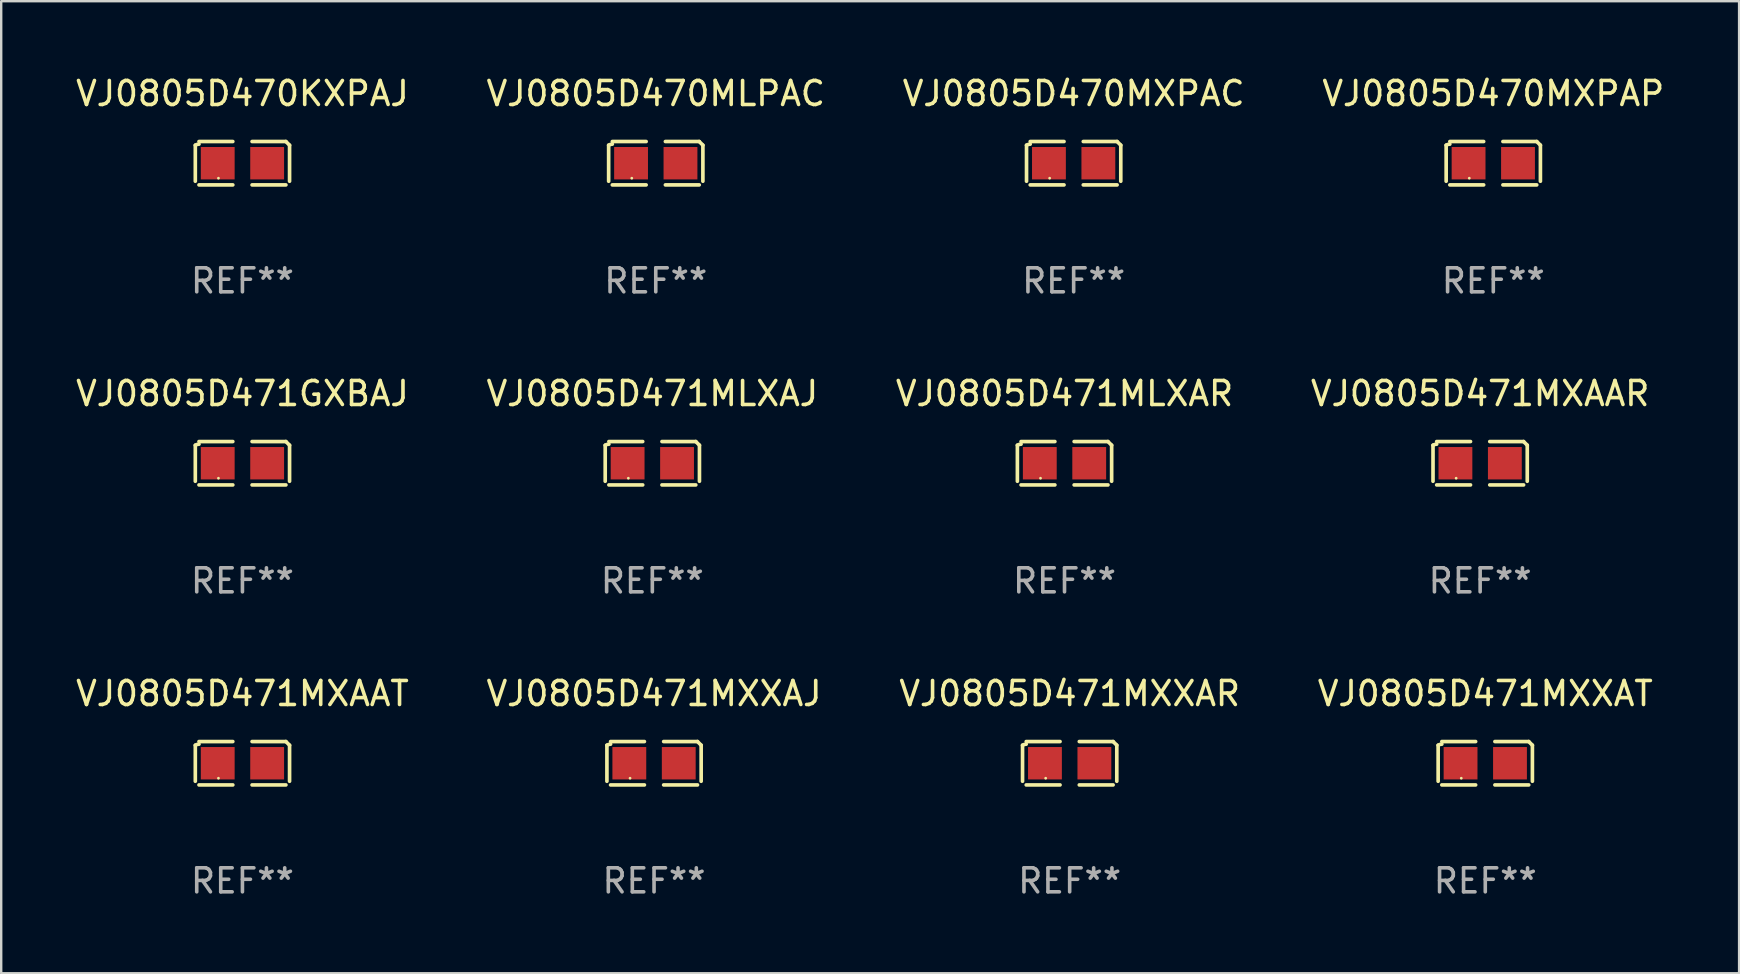
<source format=kicad_pcb>
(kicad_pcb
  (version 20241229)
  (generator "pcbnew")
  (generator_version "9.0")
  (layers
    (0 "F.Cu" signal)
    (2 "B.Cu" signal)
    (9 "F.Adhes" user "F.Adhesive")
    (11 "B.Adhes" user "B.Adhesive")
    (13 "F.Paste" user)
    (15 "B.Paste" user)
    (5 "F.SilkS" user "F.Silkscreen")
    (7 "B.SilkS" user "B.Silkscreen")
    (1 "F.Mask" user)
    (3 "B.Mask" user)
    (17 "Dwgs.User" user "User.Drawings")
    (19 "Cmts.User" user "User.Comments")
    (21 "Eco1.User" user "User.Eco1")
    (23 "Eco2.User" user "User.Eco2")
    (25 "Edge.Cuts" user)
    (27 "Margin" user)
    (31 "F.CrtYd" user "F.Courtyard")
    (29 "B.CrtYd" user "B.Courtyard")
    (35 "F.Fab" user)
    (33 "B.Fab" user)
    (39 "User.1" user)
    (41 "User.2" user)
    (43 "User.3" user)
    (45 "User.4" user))
  (footprint "VJ0805D471MXAAR"
    (layer "F.Cu")
    (at 58.637 16.256)
    (property "Reference" "VJ0805D471MXAAR" (at 0 -2.904 0) (layer "F.SilkS") (effects (font (size 1 1) (thickness 0.15))))
    (attr through_hole)
    (fp_line (start -1.964 0.751) (end -1.964 -0.751) (stroke (width 0.152) (type solid)) (layer "F.SilkS"))
    (fp_line (start -1.811 -0.904) (end -0.401 -0.904) (stroke (width 0.152) (type solid)) (layer "F.SilkS"))
    (fp_line (start -0.401 0.904) (end -1.811 0.904) (stroke (width 0.152) (type solid)) (layer "F.SilkS"))
    (fp_line (start 0.401 0.904) (end 1.811 0.904) (stroke (width 0.152) (type solid)) (layer "F.SilkS"))
    (fp_line (start 1.811 -0.904) (end 0.401 -0.904) (stroke (width 0.152) (type solid)) (layer "F.SilkS"))
    (fp_line (start 1.964 0.751) (end 1.964 -0.751) (stroke (width 0.152) (type solid)) (layer "F.SilkS"))
    (fp_arc (start -1.963602 -0.751207) (mid -1.890354 -0.783131) (end -1.811201 -0.794044) (stroke (width 0.1524) (type solid)) (layer "F.SilkS"))
    (fp_arc (start 1.811202 -0.903607) (mid 1.887413 -0.827418) (end 1.963602 -0.751207) (stroke (width 0.1524) (type solid)) (layer "F.SilkS"))
    (fp_circle (center -1 0.625) (end -0.97 0.625) (stroke (width 0.06) (type solid)) (fill no) (layer "F.SilkS"))
    (fp_text user "REF**" (at 0 4.904 0) (layer "F.Fab") (effects (font (size 1 1) (thickness 0.15))))
    (pad "1" smd rect (at -1.03 0) (size 1.41 1.35) (layers "F.Cu" "F.Mask" "F.Paste"))
    (pad "2" smd rect (at 1.03 0) (size 1.41 1.35) (layers "F.Cu" "F.Mask" "F.Paste")))
  (footprint "VJ0805D471MLXAJ"
    (layer "F.Cu")
    (at 24.137 16.256)
    (property "Reference" "VJ0805D471MLXAJ" (at 0 -2.904 0) (layer "F.SilkS") (effects (font (size 1 1) (thickness 0.15))))
    (attr through_hole)
    (fp_line (start -1.964 0.751) (end -1.964 -0.751) (stroke (width 0.152) (type solid)) (layer "F.SilkS"))
    (fp_line (start -1.811 -0.904) (end -0.401 -0.904) (stroke (width 0.152) (type solid)) (layer "F.SilkS"))
    (fp_line (start -0.401 0.904) (end -1.811 0.904) (stroke (width 0.152) (type solid)) (layer "F.SilkS"))
    (fp_line (start 0.401 0.904) (end 1.811 0.904) (stroke (width 0.152) (type solid)) (layer "F.SilkS"))
    (fp_line (start 1.811 -0.904) (end 0.401 -0.904) (stroke (width 0.152) (type solid)) (layer "F.SilkS"))
    (fp_line (start 1.964 0.751) (end 1.964 -0.751) (stroke (width 0.152) (type solid)) (layer "F.SilkS"))
    (fp_arc (start -1.963602 -0.751207) (mid -1.890354 -0.783131) (end -1.811201 -0.794044) (stroke (width 0.1524) (type solid)) (layer "F.SilkS"))
    (fp_arc (start 1.811202 -0.903607) (mid 1.887413 -0.827418) (end 1.963602 -0.751207) (stroke (width 0.1524) (type solid)) (layer "F.SilkS"))
    (fp_circle (center -1 0.625) (end -0.97 0.625) (stroke (width 0.06) (type solid)) (fill no) (layer "F.SilkS"))
    (fp_text user "REF**" (at 0 4.904 0) (layer "F.Fab") (effects (font (size 1 1) (thickness 0.15))))
    (pad "1" smd rect (at -1.03 0) (size 1.41 1.35) (layers "F.Cu" "F.Mask" "F.Paste"))
    (pad "2" smd rect (at 1.03 0) (size 1.41 1.35) (layers "F.Cu" "F.Mask" "F.Paste")))
  (footprint "VJ0805D470MLPAC"
    (layer "F.Cu")
    (at 24.28 3.752)
    (property "Reference" "VJ0805D470MLPAC" (at 0 -2.904 0) (layer "F.SilkS") (effects (font (size 1 1) (thickness 0.15))))
    (attr through_hole)
    (fp_line (start -1.964 0.751) (end -1.964 -0.751) (stroke (width 0.152) (type solid)) (layer "F.SilkS"))
    (fp_line (start -1.811 -0.904) (end -0.401 -0.904) (stroke (width 0.152) (type solid)) (layer "F.SilkS"))
    (fp_line (start -0.401 0.904) (end -1.811 0.904) (stroke (width 0.152) (type solid)) (layer "F.SilkS"))
    (fp_line (start 0.401 0.904) (end 1.811 0.904) (stroke (width 0.152) (type solid)) (layer "F.SilkS"))
    (fp_line (start 1.811 -0.904) (end 0.401 -0.904) (stroke (width 0.152) (type solid)) (layer "F.SilkS"))
    (fp_line (start 1.964 0.751) (end 1.964 -0.751) (stroke (width 0.152) (type solid)) (layer "F.SilkS"))
    (fp_arc (start -1.963602 -0.751207) (mid -1.890354 -0.783131) (end -1.811201 -0.794044) (stroke (width 0.1524) (type solid)) (layer "F.SilkS"))
    (fp_arc (start 1.811202 -0.903607) (mid 1.887413 -0.827418) (end 1.963602 -0.751207) (stroke (width 0.1524) (type solid)) (layer "F.SilkS"))
    (fp_circle (center -1 0.625) (end -0.97 0.625) (stroke (width 0.06) (type solid)) (fill no) (layer "F.SilkS"))
    (fp_text user "REF**" (at 0 4.904 0) (layer "F.Fab") (effects (font (size 1 1) (thickness 0.15))))
    (pad "1" smd rect (at -1.03 0) (size 1.41 1.35) (layers "F.Cu" "F.Mask" "F.Paste"))
    (pad "2" smd rect (at 1.03 0) (size 1.41 1.35) (layers "F.Cu" "F.Mask" "F.Paste")))
  (footprint "VJ0805D471MXAAT"
    (layer "F.Cu")
    (at 7.054 28.759)
    (property "Reference" "VJ0805D471MXAAT" (at 0 -2.904 0) (layer "F.SilkS") (effects (font (size 1 1) (thickness 0.15))))
    (attr through_hole)
    (fp_line (start -1.964 0.751) (end -1.964 -0.751) (stroke (width 0.152) (type solid)) (layer "F.SilkS"))
    (fp_line (start -1.811 -0.904) (end -0.401 -0.904) (stroke (width 0.152) (type solid)) (layer "F.SilkS"))
    (fp_line (start -0.401 0.904) (end -1.811 0.904) (stroke (width 0.152) (type solid)) (layer "F.SilkS"))
    (fp_line (start 0.401 0.904) (end 1.811 0.904) (stroke (width 0.152) (type solid)) (layer "F.SilkS"))
    (fp_line (start 1.811 -0.904) (end 0.401 -0.904) (stroke (width 0.152) (type solid)) (layer "F.SilkS"))
    (fp_line (start 1.964 0.751) (end 1.964 -0.751) (stroke (width 0.152) (type solid)) (layer "F.SilkS"))
    (fp_arc (start -1.963602 -0.751207) (mid -1.890354 -0.783131) (end -1.811201 -0.794044) (stroke (width 0.1524) (type solid)) (layer "F.SilkS"))
    (fp_arc (start 1.811202 -0.903607) (mid 1.887413 -0.827418) (end 1.963602 -0.751207) (stroke (width 0.1524) (type solid)) (layer "F.SilkS"))
    (fp_circle (center -1 0.625) (end -0.97 0.625) (stroke (width 0.06) (type solid)) (fill no) (layer "F.SilkS"))
    (fp_text user "REF**" (at 0 4.904 0) (layer "F.Fab") (effects (font (size 1 1) (thickness 0.15))))
    (pad "1" smd rect (at -1.03 0) (size 1.41 1.35) (layers "F.Cu" "F.Mask" "F.Paste"))
    (pad "2" smd rect (at 1.03 0) (size 1.41 1.35) (layers "F.Cu" "F.Mask" "F.Paste")))
  (footprint "VJ0805D471MXXAJ"
    (layer "F.Cu")
    (at 24.208 28.759)
    (property "Reference" "VJ0805D471MXXAJ" (at 0 -2.904 0) (layer "F.SilkS") (effects (font (size 1 1) (thickness 0.15))))
    (attr through_hole)
    (fp_line (start -1.964 0.751) (end -1.964 -0.751) (stroke (width 0.152) (type solid)) (layer "F.SilkS"))
    (fp_line (start -1.811 -0.904) (end -0.401 -0.904) (stroke (width 0.152) (type solid)) (layer "F.SilkS"))
    (fp_line (start -0.401 0.904) (end -1.811 0.904) (stroke (width 0.152) (type solid)) (layer "F.SilkS"))
    (fp_line (start 0.401 0.904) (end 1.811 0.904) (stroke (width 0.152) (type solid)) (layer "F.SilkS"))
    (fp_line (start 1.811 -0.904) (end 0.401 -0.904) (stroke (width 0.152) (type solid)) (layer "F.SilkS"))
    (fp_line (start 1.964 0.751) (end 1.964 -0.751) (stroke (width 0.152) (type solid)) (layer "F.SilkS"))
    (fp_arc (start -1.963602 -0.751207) (mid -1.890354 -0.783131) (end -1.811201 -0.794044) (stroke (width 0.1524) (type solid)) (layer "F.SilkS"))
    (fp_arc (start 1.811202 -0.903607) (mid 1.887413 -0.827418) (end 1.963602 -0.751207) (stroke (width 0.1524) (type solid)) (layer "F.SilkS"))
    (fp_circle (center -1 0.625) (end -0.97 0.625) (stroke (width 0.06) (type solid)) (fill no) (layer "F.SilkS"))
    (fp_text user "REF**" (at 0 4.904 0) (layer "F.Fab") (effects (font (size 1 1) (thickness 0.15))))
    (pad "1" smd rect (at -1.03 0) (size 1.41 1.35) (layers "F.Cu" "F.Mask" "F.Paste"))
    (pad "2" smd rect (at 1.03 0) (size 1.41 1.35) (layers "F.Cu" "F.Mask" "F.Paste")))
  (footprint "VJ0805D470MXPAP"
    (layer "F.Cu")
    (at 59.185 3.752)
    (property "Reference" "VJ0805D470MXPAP" (at 0 -2.904 0) (layer "F.SilkS") (effects (font (size 1 1) (thickness 0.15))))
    (attr through_hole)
    (fp_line (start -1.964 0.751) (end -1.964 -0.751) (stroke (width 0.152) (type solid)) (layer "F.SilkS"))
    (fp_line (start -1.811 -0.904) (end -0.401 -0.904) (stroke (width 0.152) (type solid)) (layer "F.SilkS"))
    (fp_line (start -0.401 0.904) (end -1.811 0.904) (stroke (width 0.152) (type solid)) (layer "F.SilkS"))
    (fp_line (start 0.401 0.904) (end 1.811 0.904) (stroke (width 0.152) (type solid)) (layer "F.SilkS"))
    (fp_line (start 1.811 -0.904) (end 0.401 -0.904) (stroke (width 0.152) (type solid)) (layer "F.SilkS"))
    (fp_line (start 1.964 0.751) (end 1.964 -0.751) (stroke (width 0.152) (type solid)) (layer "F.SilkS"))
    (fp_arc (start -1.963602 -0.751207) (mid -1.890354 -0.783131) (end -1.811201 -0.794044) (stroke (width 0.1524) (type solid)) (layer "F.SilkS"))
    (fp_arc (start 1.811202 -0.903607) (mid 1.887413 -0.827418) (end 1.963602 -0.751207) (stroke (width 0.1524) (type solid)) (layer "F.SilkS"))
    (fp_circle (center -1 0.625) (end -0.97 0.625) (stroke (width 0.06) (type solid)) (fill no) (layer "F.SilkS"))
    (fp_text user "REF**" (at 0 4.904 0) (layer "F.Fab") (effects (font (size 1 1) (thickness 0.15))))
    (pad "1" smd rect (at -1.03 0) (size 1.41 1.35) (layers "F.Cu" "F.Mask" "F.Paste"))
    (pad "2" smd rect (at 1.03 0) (size 1.41 1.35) (layers "F.Cu" "F.Mask" "F.Paste")))
  (footprint "VJ0805D471MLXAR"
    (layer "F.Cu")
    (at 41.315 16.256)
    (property "Reference" "VJ0805D471MLXAR" (at 0 -2.904 0) (layer "F.SilkS") (effects (font (size 1 1) (thickness 0.15))))
    (attr through_hole)
    (fp_line (start -1.964 0.751) (end -1.964 -0.751) (stroke (width 0.152) (type solid)) (layer "F.SilkS"))
    (fp_line (start -1.811 -0.904) (end -0.401 -0.904) (stroke (width 0.152) (type solid)) (layer "F.SilkS"))
    (fp_line (start -0.401 0.904) (end -1.811 0.904) (stroke (width 0.152) (type solid)) (layer "F.SilkS"))
    (fp_line (start 0.401 0.904) (end 1.811 0.904) (stroke (width 0.152) (type solid)) (layer "F.SilkS"))
    (fp_line (start 1.811 -0.904) (end 0.401 -0.904) (stroke (width 0.152) (type solid)) (layer "F.SilkS"))
    (fp_line (start 1.964 0.751) (end 1.964 -0.751) (stroke (width 0.152) (type solid)) (layer "F.SilkS"))
    (fp_arc (start -1.963602 -0.751207) (mid -1.890354 -0.783131) (end -1.811201 -0.794044) (stroke (width 0.1524) (type solid)) (layer "F.SilkS"))
    (fp_arc (start 1.811202 -0.903607) (mid 1.887413 -0.827418) (end 1.963602 -0.751207) (stroke (width 0.1524) (type solid)) (layer "F.SilkS"))
    (fp_circle (center -1 0.625) (end -0.97 0.625) (stroke (width 0.06) (type solid)) (fill no) (layer "F.SilkS"))
    (fp_text user "REF**" (at 0 4.904 0) (layer "F.Fab") (effects (font (size 1 1) (thickness 0.15))))
    (pad "1" smd rect (at -1.03 0) (size 1.41 1.35) (layers "F.Cu" "F.Mask" "F.Paste"))
    (pad "2" smd rect (at 1.03 0) (size 1.41 1.35) (layers "F.Cu" "F.Mask" "F.Paste")))
  (footprint "VJ0805D471MXXAR"
    (layer "F.Cu")
    (at 41.53 28.759)
    (property "Reference" "VJ0805D471MXXAR" (at 0 -2.904 0) (layer "F.SilkS") (effects (font (size 1 1) (thickness 0.15))))
    (attr through_hole)
    (fp_line (start -1.964 0.751) (end -1.964 -0.751) (stroke (width 0.152) (type solid)) (layer "F.SilkS"))
    (fp_line (start -1.811 -0.904) (end -0.401 -0.904) (stroke (width 0.152) (type solid)) (layer "F.SilkS"))
    (fp_line (start -0.401 0.904) (end -1.811 0.904) (stroke (width 0.152) (type solid)) (layer "F.SilkS"))
    (fp_line (start 0.401 0.904) (end 1.811 0.904) (stroke (width 0.152) (type solid)) (layer "F.SilkS"))
    (fp_line (start 1.811 -0.904) (end 0.401 -0.904) (stroke (width 0.152) (type solid)) (layer "F.SilkS"))
    (fp_line (start 1.964 0.751) (end 1.964 -0.751) (stroke (width 0.152) (type solid)) (layer "F.SilkS"))
    (fp_arc (start -1.963602 -0.751207) (mid -1.890354 -0.783131) (end -1.811201 -0.794044) (stroke (width 0.1524) (type solid)) (layer "F.SilkS"))
    (fp_arc (start 1.811202 -0.903607) (mid 1.887413 -0.827418) (end 1.963602 -0.751207) (stroke (width 0.1524) (type solid)) (layer "F.SilkS"))
    (fp_circle (center -1 0.625) (end -0.97 0.625) (stroke (width 0.06) (type solid)) (fill no) (layer "F.SilkS"))
    (fp_text user "REF**" (at 0 4.904 0) (layer "F.Fab") (effects (font (size 1 1) (thickness 0.15))))
    (pad "1" smd rect (at -1.03 0) (size 1.41 1.35) (layers "F.Cu" "F.Mask" "F.Paste"))
    (pad "2" smd rect (at 1.03 0) (size 1.41 1.35) (layers "F.Cu" "F.Mask" "F.Paste")))
  (footprint "VJ0805D471GXBAJ"
    (layer "F.Cu")
    (at 7.054 16.256)
    (property "Reference" "VJ0805D471GXBAJ" (at 0 -2.904 0) (layer "F.SilkS") (effects (font (size 1 1) (thickness 0.15))))
    (attr through_hole)
    (fp_line (start -1.964 0.751) (end -1.964 -0.751) (stroke (width 0.152) (type solid)) (layer "F.SilkS"))
    (fp_line (start -1.811 -0.904) (end -0.401 -0.904) (stroke (width 0.152) (type solid)) (layer "F.SilkS"))
    (fp_line (start -0.401 0.904) (end -1.811 0.904) (stroke (width 0.152) (type solid)) (layer "F.SilkS"))
    (fp_line (start 0.401 0.904) (end 1.811 0.904) (stroke (width 0.152) (type solid)) (layer "F.SilkS"))
    (fp_line (start 1.811 -0.904) (end 0.401 -0.904) (stroke (width 0.152) (type solid)) (layer "F.SilkS"))
    (fp_line (start 1.964 0.751) (end 1.964 -0.751) (stroke (width 0.152) (type solid)) (layer "F.SilkS"))
    (fp_arc (start -1.963602 -0.751207) (mid -1.890354 -0.783131) (end -1.811201 -0.794044) (stroke (width 0.1524) (type solid)) (layer "F.SilkS"))
    (fp_arc (start 1.811202 -0.903607) (mid 1.887413 -0.827418) (end 1.963602 -0.751207) (stroke (width 0.1524) (type solid)) (layer "F.SilkS"))
    (fp_circle (center -1 0.625) (end -0.97 0.625) (stroke (width 0.06) (type solid)) (fill no) (layer "F.SilkS"))
    (fp_text user "REF**" (at 0 4.904 0) (layer "F.Fab") (effects (font (size 1 1) (thickness 0.15))))
    (pad "1" smd rect (at -1.03 0) (size 1.41 1.35) (layers "F.Cu" "F.Mask" "F.Paste"))
    (pad "2" smd rect (at 1.03 0) (size 1.41 1.35) (layers "F.Cu" "F.Mask" "F.Paste")))
  (footprint "VJ0805D470KXPAJ"
    (layer "F.Cu")
    (at 7.054 3.752)
    (property "Reference" "VJ0805D470KXPAJ" (at 0 -2.904 0) (layer "F.SilkS") (effects (font (size 1 1) (thickness 0.15))))
    (attr through_hole)
    (fp_line (start -1.964 0.751) (end -1.964 -0.751) (stroke (width 0.152) (type solid)) (layer "F.SilkS"))
    (fp_line (start -1.811 -0.904) (end -0.401 -0.904) (stroke (width 0.152) (type solid)) (layer "F.SilkS"))
    (fp_line (start -0.401 0.904) (end -1.811 0.904) (stroke (width 0.152) (type solid)) (layer "F.SilkS"))
    (fp_line (start 0.401 0.904) (end 1.811 0.904) (stroke (width 0.152) (type solid)) (layer "F.SilkS"))
    (fp_line (start 1.811 -0.904) (end 0.401 -0.904) (stroke (width 0.152) (type solid)) (layer "F.SilkS"))
    (fp_line (start 1.964 0.751) (end 1.964 -0.751) (stroke (width 0.152) (type solid)) (layer "F.SilkS"))
    (fp_arc (start -1.963602 -0.751207) (mid -1.890354 -0.783131) (end -1.811201 -0.794044) (stroke (width 0.1524) (type solid)) (layer "F.SilkS"))
    (fp_arc (start 1.811202 -0.903607) (mid 1.887413 -0.827418) (end 1.963602 -0.751207) (stroke (width 0.1524) (type solid)) (layer "F.SilkS"))
    (fp_circle (center -1 0.625) (end -0.97 0.625) (stroke (width 0.06) (type solid)) (fill no) (layer "F.SilkS"))
    (fp_text user "REF**" (at 0 4.904 0) (layer "F.Fab") (effects (font (size 1 1) (thickness 0.15))))
    (pad "1" smd rect (at -1.03 0) (size 1.41 1.35) (layers "F.Cu" "F.Mask" "F.Paste"))
    (pad "2" smd rect (at 1.03 0) (size 1.41 1.35) (layers "F.Cu" "F.Mask" "F.Paste")))
  (footprint "VJ0805D471MXXAT"
    (layer "F.Cu")
    (at 58.851 28.759)
    (property "Reference" "VJ0805D471MXXAT" (at 0 -2.904 0) (layer "F.SilkS") (effects (font (size 1 1) (thickness 0.15))))
    (attr through_hole)
    (fp_line (start -1.964 0.751) (end -1.964 -0.751) (stroke (width 0.152) (type solid)) (layer "F.SilkS"))
    (fp_line (start -1.811 -0.904) (end -0.401 -0.904) (stroke (width 0.152) (type solid)) (layer "F.SilkS"))
    (fp_line (start -0.401 0.904) (end -1.811 0.904) (stroke (width 0.152) (type solid)) (layer "F.SilkS"))
    (fp_line (start 0.401 0.904) (end 1.811 0.904) (stroke (width 0.152) (type solid)) (layer "F.SilkS"))
    (fp_line (start 1.811 -0.904) (end 0.401 -0.904) (stroke (width 0.152) (type solid)) (layer "F.SilkS"))
    (fp_line (start 1.964 0.751) (end 1.964 -0.751) (stroke (width 0.152) (type solid)) (layer "F.SilkS"))
    (fp_arc (start -1.963602 -0.751207) (mid -1.890354 -0.783131) (end -1.811201 -0.794044) (stroke (width 0.1524) (type solid)) (layer "F.SilkS"))
    (fp_arc (start 1.811202 -0.903607) (mid 1.887413 -0.827418) (end 1.963602 -0.751207) (stroke (width 0.1524) (type solid)) (layer "F.SilkS"))
    (fp_circle (center -1 0.625) (end -0.97 0.625) (stroke (width 0.06) (type solid)) (fill no) (layer "F.SilkS"))
    (fp_text user "REF**" (at 0 4.904 0) (layer "F.Fab") (effects (font (size 1 1) (thickness 0.15))))
    (pad "1" smd rect (at -1.03 0) (size 1.41 1.35) (layers "F.Cu" "F.Mask" "F.Paste"))
    (pad "2" smd rect (at 1.03 0) (size 1.41 1.35) (layers "F.Cu" "F.Mask" "F.Paste")))
  (footprint "VJ0805D470MXPAC"
    (layer "F.Cu")
    (at 41.696 3.752)
    (property "Reference" "VJ0805D470MXPAC" (at 0 -2.904 0) (layer "F.SilkS") (effects (font (size 1 1) (thickness 0.15))))
    (attr through_hole)
    (fp_line (start -1.964 0.751) (end -1.964 -0.751) (stroke (width 0.152) (type solid)) (layer "F.SilkS"))
    (fp_line (start -1.811 -0.904) (end -0.401 -0.904) (stroke (width 0.152) (type solid)) (layer "F.SilkS"))
    (fp_line (start -0.401 0.904) (end -1.811 0.904) (stroke (width 0.152) (type solid)) (layer "F.SilkS"))
    (fp_line (start 0.401 0.904) (end 1.811 0.904) (stroke (width 0.152) (type solid)) (layer "F.SilkS"))
    (fp_line (start 1.811 -0.904) (end 0.401 -0.904) (stroke (width 0.152) (type solid)) (layer "F.SilkS"))
    (fp_line (start 1.964 0.751) (end 1.964 -0.751) (stroke (width 0.152) (type solid)) (layer "F.SilkS"))
    (fp_arc (start -1.963602 -0.751207) (mid -1.890354 -0.783131) (end -1.811201 -0.794044) (stroke (width 0.1524) (type solid)) (layer "F.SilkS"))
    (fp_arc (start 1.811202 -0.903607) (mid 1.887413 -0.827418) (end 1.963602 -0.751207) (stroke (width 0.1524) (type solid)) (layer "F.SilkS"))
    (fp_circle (center -1 0.625) (end -0.97 0.625) (stroke (width 0.06) (type solid)) (fill no) (layer "F.SilkS"))
    (fp_text user "REF**" (at 0 4.904 0) (layer "F.Fab") (effects (font (size 1 1) (thickness 0.15))))
    (pad "1" smd rect (at -1.03 0) (size 1.41 1.35) (layers "F.Cu" "F.Mask" "F.Paste"))
    (pad "2" smd rect (at 1.03 0) (size 1.41 1.35) (layers "F.Cu" "F.Mask" "F.Paste")))
  (gr_rect
    (start -3 -3)
    (end 69.429 37.511)
    (stroke (width 0.1) (type default))
    (fill no)
    (layer "Edge.Cuts")))
</source>
